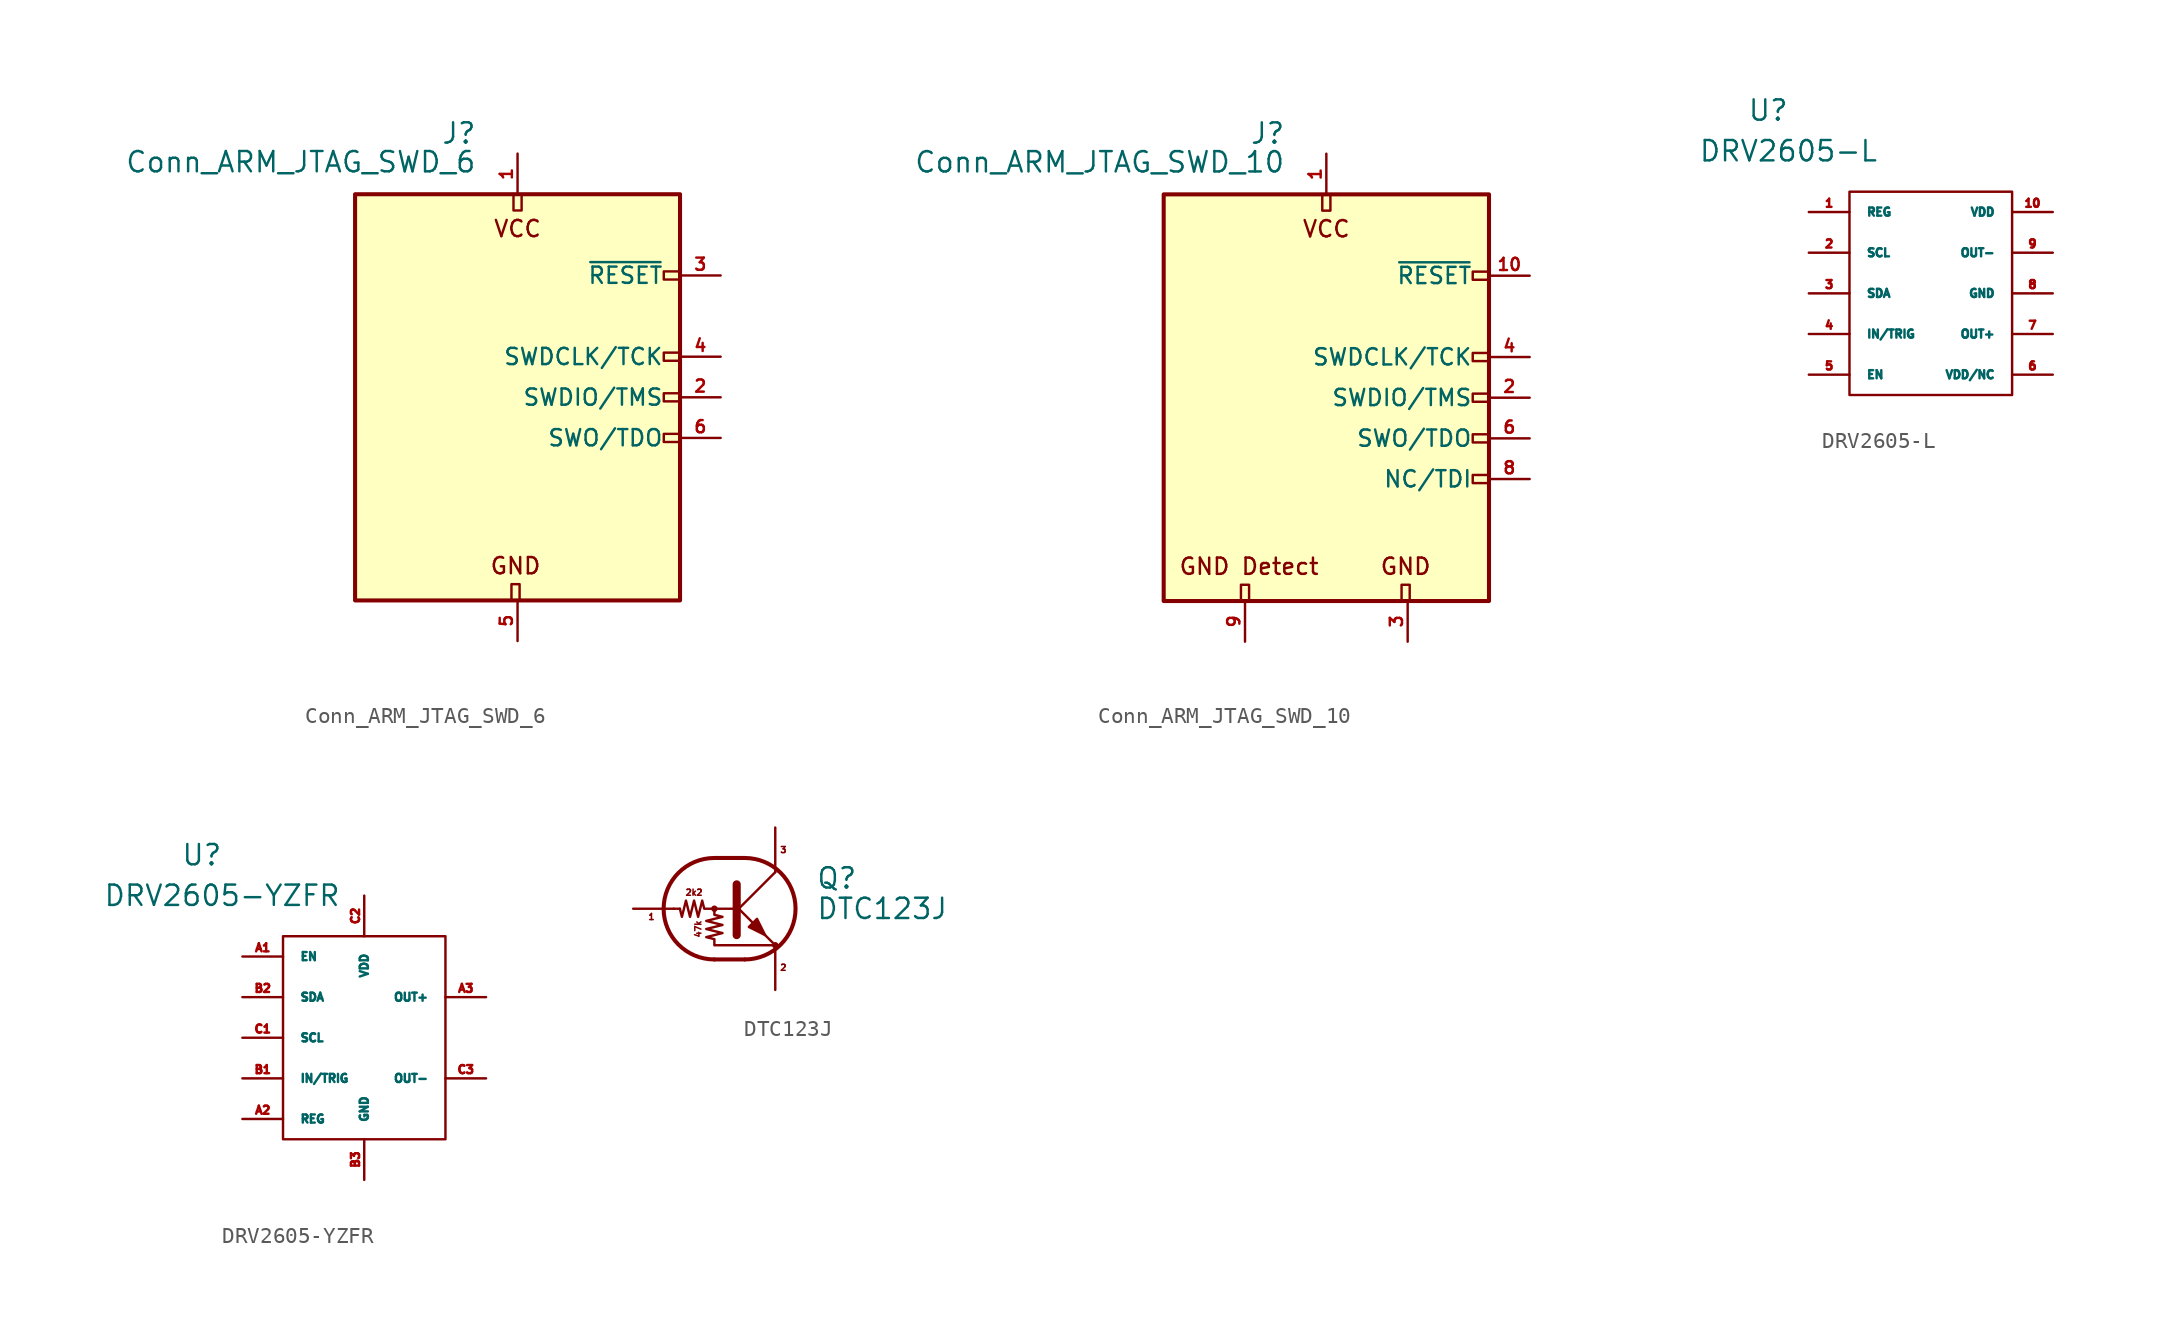
<source format=kicad_sym>
(kicad_symbol_lib
  (version 20211014)
  (generator kicad_symbol_editor)
  (symbol "acheron_Symbols:Conn_ARM_JTAG_SWD_6"
    (pin_names
      (offset 1.016))
    (property "Reference" "J"
      (at -2.54 16.51 0)
      (effects (font (size 1.27 1.27)) (justify right)))
    (property "Value" "Conn_ARM_JTAG_SWD_6"
      (at -2.54 13.97 0)
      (effects (font (size 1.27 1.27)) (justify right bottom)))
    (symbol "Conn_ARM_JTAG_SWD_6_0_0"
      (text "VCC" (at 0 10.541 0) (effects (font (size 1.016 1.016)))))
    (symbol "Conn_ARM_JTAG_SWD_6_0_1"
      (rectangle (start -10.16 12.7) (end 10.16 -12.7) (stroke (width 0.254) (type default) (color 0 0 0 0)) (fill (type background)))
      (rectangle (start -0.381 -12.7) (end 0.127 -11.684) (stroke (width 0) (type default) (color 0 0 0 0)) (fill (type none)))
      (rectangle (start -0.254 12.7) (end 0.254 11.684) (stroke (width 0) (type default) (color 0 0 0 0)) (fill (type none)))
      (rectangle (start 9.144 2.286) (end 10.16 2.794) (stroke (width 0) (type default) (color 0 0 0 0)) (fill (type none)))
      (rectangle (start 10.16 -2.794) (end 9.144 -2.286) (stroke (width 0) (type default) (color 0 0 0 0)) (fill (type none)))
      (rectangle (start 10.16 -0.254) (end 9.144 0.254) (stroke (width 0) (type default) (color 0 0 0 0)) (fill (type none)))
      (rectangle (start 10.16 7.874) (end 9.144 7.366) (stroke (width 0) (type default) (color 0 0 0 0)) (fill (type none))))
    (symbol "Conn_ARM_JTAG_SWD_6_1_1"
      (text "GND" (at -0.127 -10.541 0) (effects (font (size 1.016 1.016))))
      (pin power_in line (at 0 15.24 270) (length 2.54) (name "VCC" (effects (font (size 0 0)))) (number "1" (effects (font (size 0.762 0.762)))))
      (pin bidirectional line (at 12.7 0 180) (length 2.54) (name "SWDIO/TMS" (effects (font (size 1.016 1.016)))) (number "2" (effects (font (size 0.762 0.762)))))
      (pin open_collector line (at 12.7 7.62 180) (length 2.54) (name "~{RESET}" (effects (font (size 1.016 1.016)))) (number "3" (effects (font (size 0.762 0.762)))))
      (pin output line (at 12.7 2.54 180) (length 2.54) (name "SWDCLK/TCK" (effects (font (size 1.016 1.016)))) (number "4" (effects (font (size 0.762 0.762)))))
      (pin power_in line (at 0 -15.24 90) (length 2.54) (name "GND" (effects (font (size 0 0)))) (number "5" (effects (font (size 0.762 0.762)))))
      (pin input line (at 12.7 -2.54 180) (length 2.54) (name "SWO/TDO" (effects (font (size 1.016 1.016)))) (number "6" (effects (font (size 0.762 0.762)))))
      (pin no_connect line (at -10.16 0 0) (length 2.54) hide (name "KEY" (effects (font (size 1.27 1.27)))) (number "7" (effects (font (size 1.27 1.27)))))))
  (symbol "acheron_Symbols:Conn_ARM_JTAG_SWD_10"
    (pin_names
      (offset 1.016))
    (property "Reference" "J"
      (at -2.54 16.51 0)
      (effects (font (size 1.27 1.27)) (justify right)))
    (property "Value" "Conn_ARM_JTAG_SWD_10"
      (at -2.54 13.97 0)
      (effects (font (size 1.27 1.27)) (justify right bottom)))
    (symbol "Conn_ARM_JTAG_SWD_10_0_0"
      (text "VCC" (at 0 10.541 0) (effects (font (size 1.016 1.016)))))
    (symbol "Conn_ARM_JTAG_SWD_10_0_1"
      (rectangle (start -10.16 12.7) (end 10.16 -12.7) (stroke (width 0.254) (type default) (color 0 0 0 0)) (fill (type background)))
      (rectangle (start -5.334 -12.7) (end -4.826 -11.684) (stroke (width 0) (type default) (color 0 0 0 0)) (fill (type none)))
      (rectangle (start -0.254 12.7) (end 0.254 11.684) (stroke (width 0) (type default) (color 0 0 0 0)) (fill (type none)))
      (rectangle (start 4.699 -12.7) (end 5.207 -11.684) (stroke (width 0) (type default) (color 0 0 0 0)) (fill (type none)))
      (rectangle (start 9.144 2.286) (end 10.16 2.794) (stroke (width 0) (type default) (color 0 0 0 0)) (fill (type none)))
      (rectangle (start 10.16 -2.794) (end 9.144 -2.286) (stroke (width 0) (type default) (color 0 0 0 0)) (fill (type none)))
      (rectangle (start 10.16 -0.254) (end 9.144 0.254) (stroke (width 0) (type default) (color 0 0 0 0)) (fill (type none)))
      (rectangle (start 10.16 7.874) (end 9.144 7.366) (stroke (width 0) (type default) (color 0 0 0 0)) (fill (type none))))
    (symbol "Conn_ARM_JTAG_SWD_10_1_1"
      (rectangle (start 9.144 -5.334) (end 10.16 -4.826) (stroke (width 0) (type default) (color 0 0 0 0)) (fill (type none)))
      (text "GND" (at 4.953 -10.541 0) (effects (font (size 1.016 1.016))))
      (text "GND Detect" (at -4.826 -10.541 0) (effects (font (size 1.016 1.016))))
      (pin power_in line (at 0 15.24 270) (length 2.54) (name "VCC" (effects (font (size 0 0)))) (number "1" (effects (font (size 0.762 0.762)))))
      (pin open_collector line (at 12.7 7.62 180) (length 2.54) (name "~{RESET}" (effects (font (size 1.016 1.016)))) (number "10" (effects (font (size 0.762 0.762)))))
      (pin bidirectional line (at 12.7 0 180) (length 2.54) (name "SWDIO/TMS" (effects (font (size 1.016 1.016)))) (number "2" (effects (font (size 0.762 0.762)))))
      (pin power_in line (at 5.08 -15.24 90) (length 2.54) (name "GND" (effects (font (size 0 0)))) (number "3" (effects (font (size 0.762 0.762)))))
      (pin output line (at 12.7 2.54 180) (length 2.54) (name "SWDCLK/TCK" (effects (font (size 1.016 1.016)))) (number "4" (effects (font (size 0.762 0.762)))))
      (pin passive line (at 5.08 -15.24 90) (length 2.54) hide (name "GND" (effects (font (size 1.27 1.27)))) (number "5" (effects (font (size 1.27 1.27)))))
      (pin input line (at 12.7 -2.54 180) (length 2.54) (name "SWO/TDO" (effects (font (size 1.016 1.016)))) (number "6" (effects (font (size 0.762 0.762)))))
      (pin no_connect line (at -10.16 0 0) (length 2.54) hide (name "KEY" (effects (font (size 1.27 1.27)))) (number "7" (effects (font (size 1.27 1.27)))))
      (pin output line (at 12.7 -5.08 180) (length 2.54) (name "NC/TDI" (effects (font (size 1.016 1.016)))) (number "8" (effects (font (size 0.762 0.762)))))
      (pin passive line (at -5.08 -15.24 90) (length 2.54) (name "GNDDetect" (effects (font (size 0 0)))) (number "9" (effects (font (size 0.762 0.762)))))))
  (symbol "acheron_Symbols:DRV2605-L"
    (pin_names
      (offset 1.016))
    (property "Reference" "U"
      (at -10.16 11.43 0)
      (effects (font (size 1.27 1.27))))
    (property "Value" "DRV2605-L"
      (at -8.89 8.89 0)
      (effects (font (size 1.27 1.27))))
    (symbol "DRV2605-L_0_1"
      (rectangle (start -5.08 6.35) (end 5.08 -6.35) (stroke (width 0) (type default) (color 0 0 0 0)) (fill (type none))))
    (symbol "DRV2605-L_1_1"
      (pin output line (at -7.62 5.08 0) (length 2.54) (name "REG" (effects (font (size 0.508 0.508)))) (number "1" (effects (font (size 0.508 0.508)))))
      (pin power_in line (at 7.62 5.08 180) (length 2.54) (name "VDD" (effects (font (size 0.508 0.508)))) (number "10" (effects (font (size 0.508 0.508)))))
      (pin bidirectional line (at -7.62 2.54 0) (length 2.54) (name "SCL" (effects (font (size 0.508 0.508)))) (number "2" (effects (font (size 0.508 0.508)))))
      (pin bidirectional line (at -7.62 0 0) (length 2.54) (name "SDA" (effects (font (size 0.508 0.508)))) (number "3" (effects (font (size 0.508 0.508)))))
      (pin input line (at -7.62 -2.54 0) (length 2.54) (name "IN/TRIG" (effects (font (size 0.508 0.508)))) (number "4" (effects (font (size 0.508 0.508)))))
      (pin input line (at -7.62 -5.08 0) (length 2.54) (name "EN" (effects (font (size 0.508 0.508)))) (number "5" (effects (font (size 0.508 0.508)))))
      (pin power_in line (at 7.62 -5.08 180) (length 2.54) (name "VDD/NC" (effects (font (size 0.508 0.508)))) (number "6" (effects (font (size 0.508 0.508)))))
      (pin power_out line (at 7.62 -2.54 180) (length 2.54) (name "OUT+" (effects (font (size 0.508 0.508)))) (number "7" (effects (font (size 0.508 0.508)))))
      (pin passive line (at 7.62 0 180) (length 2.54) (name "GND" (effects (font (size 0.508 0.508)))) (number "8" (effects (font (size 0.508 0.508)))))
      (pin passive line (at 7.62 2.54 180) (length 2.54) (name "OUT-" (effects (font (size 0.508 0.508)))) (number "9" (effects (font (size 0.508 0.508)))))))
  (symbol "acheron_Symbols:DRV2605-YZFR"
    (pin_names
      (offset 1.016))
    (property "Reference" "U"
      (at -10.16 11.43 0)
      (effects (font (size 1.27 1.27))))
    (property "Value" "DRV2605-YZFR"
      (at -8.89 8.89 0)
      (effects (font (size 1.27 1.27))))
    (symbol "DRV2605-YZFR_0_1"
      (rectangle (start -5.08 6.35) (end 5.08 -6.35) (stroke (width 0) (type default) (color 0 0 0 0)) (fill (type none))))
    (symbol "DRV2605-YZFR_1_1"
      (pin input line (at -7.62 5.08 0) (length 2.54) (name "EN" (effects (font (size 0.508 0.508)))) (number "A1" (effects (font (size 0.508 0.508)))))
      (pin power_out line (at -7.62 -5.08 0) (length 2.54) (name "REG" (effects (font (size 0.508 0.508)))) (number "A2" (effects (font (size 0.508 0.508)))))
      (pin power_out line (at 7.62 2.54 180) (length 2.54) (name "OUT+" (effects (font (size 0.508 0.508)))) (number "A3" (effects (font (size 0.508 0.508)))))
      (pin input line (at -7.62 -2.54 0) (length 2.54) (name "IN/TRIG" (effects (font (size 0.508 0.508)))) (number "B1" (effects (font (size 0.508 0.508)))))
      (pin bidirectional line (at -7.62 2.54 0) (length 2.54) (name "SDA" (effects (font (size 0.508 0.508)))) (number "B2" (effects (font (size 0.508 0.508)))))
      (pin passive line (at 0 -8.89 90) (length 2.54) (name "GND" (effects (font (size 0.508 0.508)))) (number "B3" (effects (font (size 0.508 0.508)))))
      (pin bidirectional line (at -7.62 0 0) (length 2.54) (name "SCL" (effects (font (size 0.508 0.508)))) (number "C1" (effects (font (size 0.508 0.508)))))
      (pin passive line (at 0 8.89 270) (length 2.54) (name "VDD" (effects (font (size 0.508 0.508)))) (number "C2" (effects (font (size 0.508 0.508)))))
      (pin passive line (at 7.62 -2.54 180) (length 2.54) (name "OUT-" (effects (font (size 0.508 0.508)))) (number "C3" (effects (font (size 0.508 0.508)))))))
  (symbol "acheron_Symbols:DTC123J"
    (pin_names
      (offset 0) hide)
    (property "Reference" "Q"
      (at 5.08 1.905 0)
      (effects (font (size 1.27 1.27)) (justify left)))
    (property "Value" "DTC123J"
      (at 5.08 0 0)
      (effects (font (size 1.27 1.27)) (justify left)))
    (symbol "DTC123J_0_0"
      (text "2k2" (at -2.54 1.016 0) (effects (font (size 0.381 0.381))))
      (text "47k" (at -2.286 -1.27 900) (effects (font (size 0.381 0.381)))))
    (symbol "DTC123J_0_1"
      (circle (center -1.27 0) (radius 0.127) (stroke (width 0) (type default) (color 0 0 0 0)) (fill (type none)))
      (arc (start -1.27 3.175) (mid -4.445 0) (end -1.27 -3.175) (stroke (width 0.254) (type default) (color 0 0 0 0)) (fill (type none)))
      (polyline (pts (xy -3.429 0) (xy -3.81 0)) (stroke (width 0) (type default) (color 0 0 0 0)) (fill (type none)))
      (polyline (pts (xy -1.27 -3.175) (xy 0.635 -3.175)) (stroke (width 0.254) (type default) (color 0 0 0 0)) (fill (type none)))
      (polyline (pts (xy -1.27 3.175) (xy 0.635 3.175)) (stroke (width 0.254) (type default) (color 0 0 0 0)) (fill (type none)))
      (polyline (pts (xy 0 -0.254) (xy 2.54 2.286)) (stroke (width 0) (type default) (color 0 0 0 0)) (fill (type none)))
      (polyline (pts (xy 0.127 1.524) (xy 0.127 -1.651)) (stroke (width 0.508) (type default) (color 0 0 0 0)) (fill (type outline)))
      (polyline (pts (xy 2.54 2.286) (xy 2.54 2.54)) (stroke (width 0) (type default) (color 0 0 0 0)) (fill (type none)))
      (polyline (pts (xy 2.54 -2.286) (xy 0 0.254) (xy 0 0.254)) (stroke (width 0) (type default) (color 0 0 0 0)) (fill (type none)))
      (polyline (pts (xy 0.889 -1.143) (xy 1.397 -0.635) (xy 1.905 -1.651) (xy 0.889 -1.143)) (stroke (width 0) (type default) (color 0 0 0 0)) (fill (type outline)))
      (polyline (pts (xy 0 0) (xy -1.905 0) (xy -2.032 0.508) (xy -2.286 -0.508) (xy -2.54 0.508) (xy -2.794 -0.508) (xy -3.048 0.508) (xy -3.302 -0.508) (xy -3.429 0)) (stroke (width 0) (type default) (color 0 0 0 0)) (fill (type none)))
      (polyline (pts (xy -1.27 0) (xy -1.27 -0.381) (xy -0.762 -0.508) (xy -1.778 -0.762) (xy -0.762 -1.016) (xy -1.778 -1.27) (xy -0.762 -1.524) (xy -1.778 -1.778) (xy -1.27 -1.905) (xy -1.27 -2.286) (xy 2.54 -2.286)) (stroke (width 0) (type default) (color 0 0 0 0)) (fill (type none)))
      (arc (start 0.635 -3.175) (mid 3.81 0) (end 0.635 3.175) (stroke (width 0.254) (type default) (color 0 0 0 0)) (fill (type none)))
      (circle (center 2.54 -2.286) (radius 0.127) (stroke (width 0) (type default) (color 0 0 0 0)) (fill (type none))))
    (symbol "DTC123J_1_1"
      (text "1" (at -5.207 -0.508 0) (effects (font (size 0.381 0.381))))
      (text "2" (at 3.048 -3.683 0) (effects (font (size 0.381 0.381))))
      (text "3" (at 3.048 3.683 0) (effects (font (size 0.381 0.381))))
      (pin input line (at -6.35 0 0) (length 2.54) (name "B" (effects (font (size 0 0)))) (number "1" (effects (font (size 0 0)))))
      (pin passive line (at 2.54 -5.08 90) (length 2.54) (name "E" (effects (font (size 0 0)))) (number "2" (effects (font (size 0 0)))))
      (pin passive line (at 2.54 5.08 270) (length 2.54) (name "C" (effects (font (size 0 0)))) (number "3" (effects (font (size 0 0))))))))
</source>
